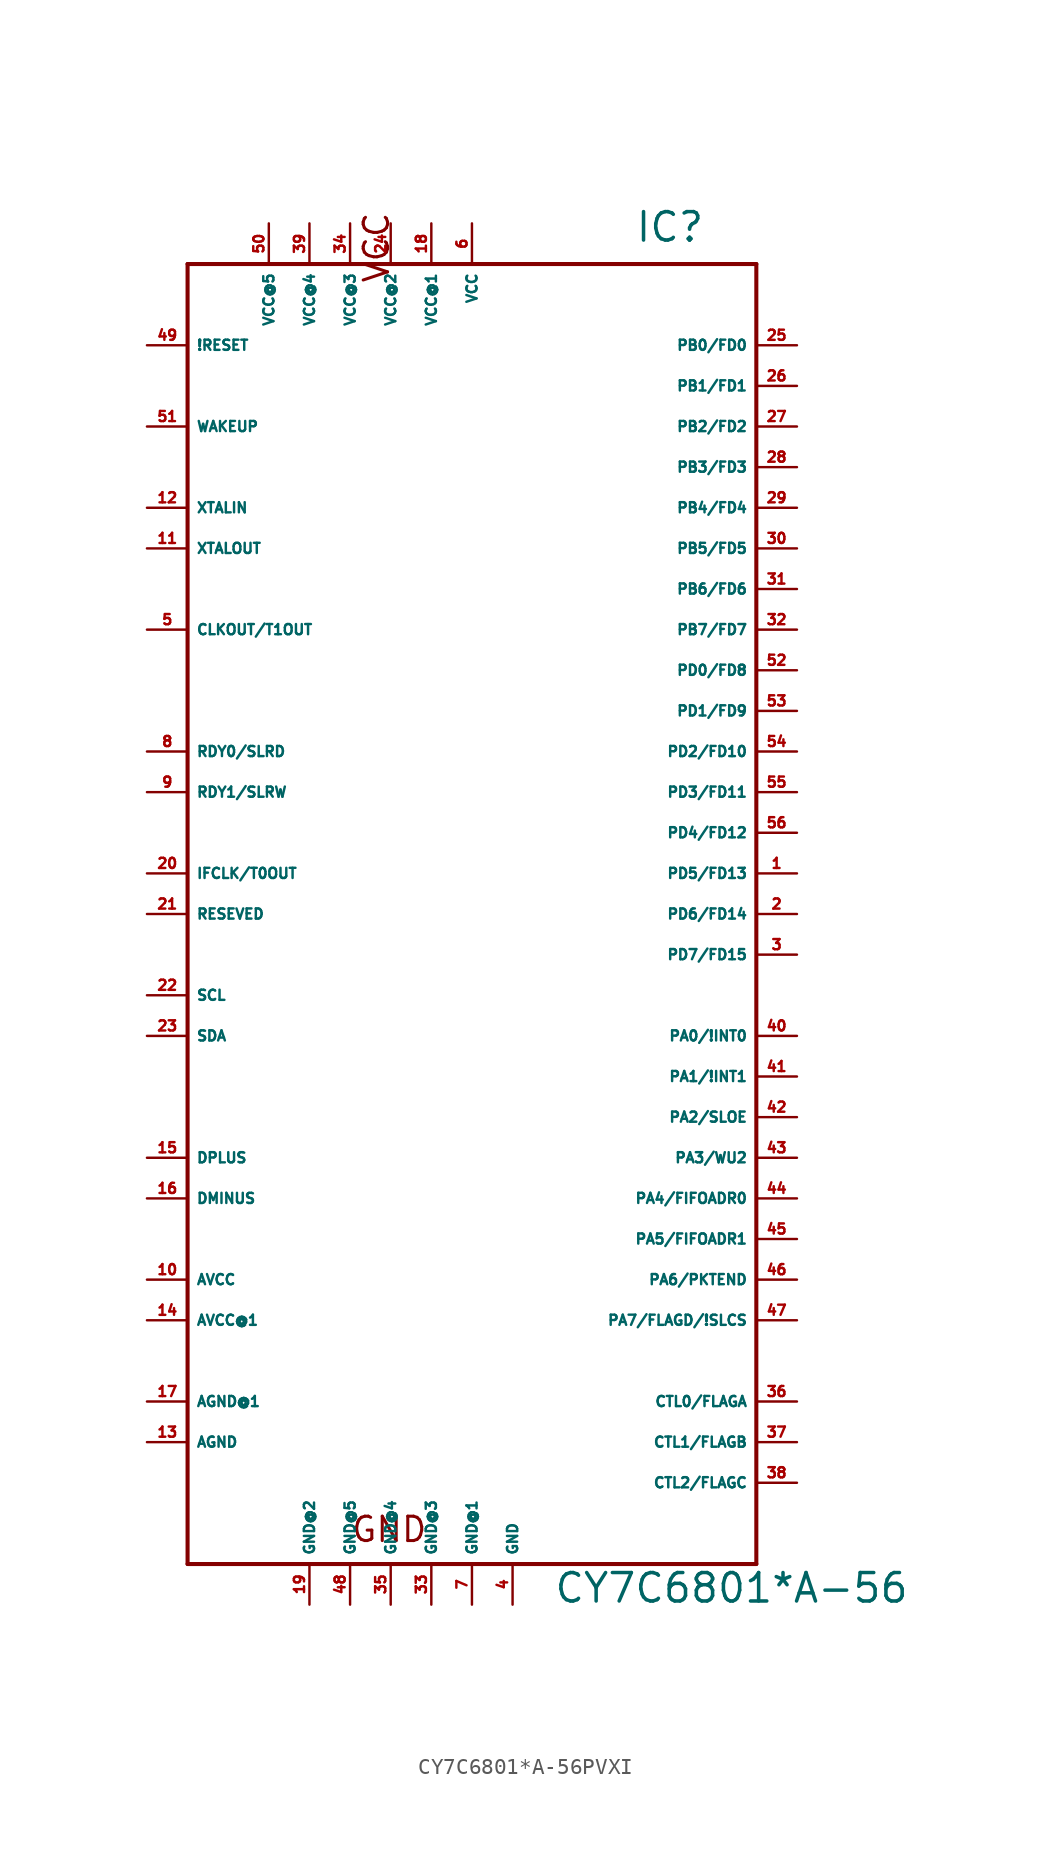
<source format=kicad_sym>
(kicad_symbol_lib
  (version 20220914)
  (generator Eagle2Kicad)
  (symbol "CY7C6801*A-56PVXI"
    (property "Reference" "IC"
      (at 10.16 39.37 0)
      (effects (font (size 1.778 1.778) (thickness 0.22)) (justify left bottom)))
    (property "Value" "CY7C6801*A-56"
      (at 5.08 -45.72 0)
      (effects (font (size 1.778 1.778) (thickness 0.22)) (justify left bottom)))
    (polyline
      (pts (xy -17.78 38.1) (xy 17.78 38.1))
      (stroke (width 0.254) (type default))
      (fill (type none)))
    (polyline
      (pts (xy 17.78 38.1) (xy 17.78 -43.18))
      (stroke (width 0.254) (type default))
      (fill (type none)))
    (polyline
      (pts (xy 17.78 -43.18) (xy -17.78 -43.18))
      (stroke (width 0.254) (type default))
      (fill (type none)))
    (polyline
      (pts (xy -17.78 -43.18) (xy -17.78 38.1))
      (stroke (width 0.254) (type default))
      (fill (type none)))
    (text "GND"
      (at -7.62 -41.91 0)
      (effects (font (size 1.524 1.524) (thickness 0.19)) (justify left bottom)))
    (text "VCC"
      (at -5.08 36.83 1800)
      (effects (font (size 1.524 1.524) (thickness 0.19)) (justify left bottom)))
    (pin input line
      (at -20.32 15.24 0)
      (length 2.54)
      (name "CLKOUT/T1OUT" (effects (font (size 0.635 0.635) (thickness 0.08)) (justify left bottom)))
      (number "5" (effects (font (size 0.635 0.635) (thickness 0.08)) (justify left bottom))))
    (pin input line
      (at 0 40.64 270)
      (length 2.54)
      (name "VCC" (effects (font (size 0.635 0.635) (thickness 0.08)) (justify left bottom)))
      (number "6" (effects (font (size 0.635 0.635) (thickness 0.08)) (justify left bottom))))
    (pin input line
      (at 2.54 -45.72 90)
      (length 2.54)
      (name "GND" (effects (font (size 0.635 0.635) (thickness 0.08)) (justify left bottom)))
      (number "4" (effects (font (size 0.635 0.635) (thickness 0.08)) (justify left bottom))))
    (pin input line
      (at -20.32 7.62 0)
      (length 2.54)
      (name "RDY0/SLRD" (effects (font (size 0.635 0.635) (thickness 0.08)) (justify left bottom)))
      (number "8" (effects (font (size 0.635 0.635) (thickness 0.08)) (justify left bottom))))
    (pin input line
      (at -20.32 5.08 0)
      (length 2.54)
      (name "RDY1/SLRW" (effects (font (size 0.635 0.635) (thickness 0.08)) (justify left bottom)))
      (number "9" (effects (font (size 0.635 0.635) (thickness 0.08)) (justify left bottom))))
    (pin input line
      (at -20.32 -25.4 0)
      (length 2.54)
      (name "AVCC" (effects (font (size 0.635 0.635) (thickness 0.08)) (justify left bottom)))
      (number "10" (effects (font (size 0.635 0.635) (thickness 0.08)) (justify left bottom))))
    (pin input line
      (at -20.32 20.32 0)
      (length 2.54)
      (name "XTALOUT" (effects (font (size 0.635 0.635) (thickness 0.08)) (justify left bottom)))
      (number "11" (effects (font (size 0.635 0.635) (thickness 0.08)) (justify left bottom))))
    (pin input line
      (at -20.32 22.86 0)
      (length 2.54)
      (name "XTALIN" (effects (font (size 0.635 0.635) (thickness 0.08)) (justify left bottom)))
      (number "12" (effects (font (size 0.635 0.635) (thickness 0.08)) (justify left bottom))))
    (pin input line
      (at -20.32 -35.56 0)
      (length 2.54)
      (name "AGND" (effects (font (size 0.635 0.635) (thickness 0.08)) (justify left bottom)))
      (number "13" (effects (font (size 0.635 0.635) (thickness 0.08)) (justify left bottom))))
    (pin input line
      (at -20.32 -27.94 0)
      (length 2.54)
      (name "AVCC@1" (effects (font (size 0.635 0.635) (thickness 0.08)) (justify left bottom)))
      (number "14" (effects (font (size 0.635 0.635) (thickness 0.08)) (justify left bottom))))
    (pin bidirectional line
      (at -20.32 -17.78 0)
      (length 2.54)
      (name "DPLUS" (effects (font (size 0.635 0.635) (thickness 0.08)) (justify left bottom)))
      (number "15" (effects (font (size 0.635 0.635) (thickness 0.08)) (justify left bottom))))
    (pin bidirectional line
      (at -20.32 -20.32 0)
      (length 2.54)
      (name "DMINUS" (effects (font (size 0.635 0.635) (thickness 0.08)) (justify left bottom)))
      (number "16" (effects (font (size 0.635 0.635) (thickness 0.08)) (justify left bottom))))
    (pin input line
      (at -20.32 -33.02 0)
      (length 2.54)
      (name "AGND@1" (effects (font (size 0.635 0.635) (thickness 0.08)) (justify left bottom)))
      (number "17" (effects (font (size 0.635 0.635) (thickness 0.08)) (justify left bottom))))
    (pin input line
      (at -2.54 40.64 270)
      (length 2.54)
      (name "VCC@1" (effects (font (size 0.635 0.635) (thickness 0.08)) (justify left bottom)))
      (number "18" (effects (font (size 0.635 0.635) (thickness 0.08)) (justify left bottom))))
    (pin input line
      (at 0 -45.72 90)
      (length 2.54)
      (name "GND@1" (effects (font (size 0.635 0.635) (thickness 0.08)) (justify left bottom)))
      (number "7" (effects (font (size 0.635 0.635) (thickness 0.08)) (justify left bottom))))
    (pin bidirectional line
      (at -20.32 0 0)
      (length 2.54)
      (name "IFCLK/T0OUT" (effects (font (size 0.635 0.635) (thickness 0.08)) (justify left bottom)))
      (number "20" (effects (font (size 0.635 0.635) (thickness 0.08)) (justify left bottom))))
    (pin input line
      (at -20.32 -2.54 0)
      (length 2.54)
      (name "RESEVED" (effects (font (size 0.635 0.635) (thickness 0.08)) (justify left bottom)))
      (number "21" (effects (font (size 0.635 0.635) (thickness 0.08)) (justify left bottom))))
    (pin output line
      (at -20.32 -7.62 0)
      (length 2.54)
      (name "SCL" (effects (font (size 0.635 0.635) (thickness 0.08)) (justify left bottom)))
      (number "22" (effects (font (size 0.635 0.635) (thickness 0.08)) (justify left bottom))))
    (pin bidirectional line
      (at -20.32 -10.16 0)
      (length 2.54)
      (name "SDA" (effects (font (size 0.635 0.635) (thickness 0.08)) (justify left bottom)))
      (number "23" (effects (font (size 0.635 0.635) (thickness 0.08)) (justify left bottom))))
    (pin input line
      (at -5.08 40.64 270)
      (length 2.54)
      (name "VCC@2" (effects (font (size 0.635 0.635) (thickness 0.08)) (justify left bottom)))
      (number "24" (effects (font (size 0.635 0.635) (thickness 0.08)) (justify left bottom))))
    (pin bidirectional line
      (at 20.32 33.02 180)
      (length 2.54)
      (name "PB0/FD0" (effects (font (size 0.635 0.635) (thickness 0.08)) (justify left bottom)))
      (number "25" (effects (font (size 0.635 0.635) (thickness 0.08)) (justify left bottom))))
    (pin bidirectional line
      (at 20.32 30.48 180)
      (length 2.54)
      (name "PB1/FD1" (effects (font (size 0.635 0.635) (thickness 0.08)) (justify left bottom)))
      (number "26" (effects (font (size 0.635 0.635) (thickness 0.08)) (justify left bottom))))
    (pin bidirectional line
      (at 20.32 27.94 180)
      (length 2.54)
      (name "PB2/FD2" (effects (font (size 0.635 0.635) (thickness 0.08)) (justify left bottom)))
      (number "27" (effects (font (size 0.635 0.635) (thickness 0.08)) (justify left bottom))))
    (pin bidirectional line
      (at 20.32 25.4 180)
      (length 2.54)
      (name "PB3/FD3" (effects (font (size 0.635 0.635) (thickness 0.08)) (justify left bottom)))
      (number "28" (effects (font (size 0.635 0.635) (thickness 0.08)) (justify left bottom))))
    (pin input line
      (at -7.62 40.64 270)
      (length 2.54)
      (name "VCC@3" (effects (font (size 0.635 0.635) (thickness 0.08)) (justify left bottom)))
      (number "34" (effects (font (size 0.635 0.635) (thickness 0.08)) (justify left bottom))))
    (pin input line
      (at -2.54 -45.72 90)
      (length 2.54)
      (name "GND@3" (effects (font (size 0.635 0.635) (thickness 0.08)) (justify left bottom)))
      (number "33" (effects (font (size 0.635 0.635) (thickness 0.08)) (justify left bottom))))
    (pin bidirectional line
      (at 20.32 22.86 180)
      (length 2.54)
      (name "PB4/FD4" (effects (font (size 0.635 0.635) (thickness 0.08)) (justify left bottom)))
      (number "29" (effects (font (size 0.635 0.635) (thickness 0.08)) (justify left bottom))))
    (pin bidirectional line
      (at 20.32 20.32 180)
      (length 2.54)
      (name "PB5/FD5" (effects (font (size 0.635 0.635) (thickness 0.08)) (justify left bottom)))
      (number "30" (effects (font (size 0.635 0.635) (thickness 0.08)) (justify left bottom))))
    (pin bidirectional line
      (at 20.32 17.78 180)
      (length 2.54)
      (name "PB6/FD6" (effects (font (size 0.635 0.635) (thickness 0.08)) (justify left bottom)))
      (number "31" (effects (font (size 0.635 0.635) (thickness 0.08)) (justify left bottom))))
    (pin bidirectional line
      (at 20.32 15.24 180)
      (length 2.54)
      (name "PB7/FD7" (effects (font (size 0.635 0.635) (thickness 0.08)) (justify left bottom)))
      (number "32" (effects (font (size 0.635 0.635) (thickness 0.08)) (justify left bottom))))
    (pin input line
      (at -5.08 -45.72 90)
      (length 2.54)
      (name "GND@4" (effects (font (size 0.635 0.635) (thickness 0.08)) (justify left bottom)))
      (number "35" (effects (font (size 0.635 0.635) (thickness 0.08)) (justify left bottom))))
    (pin input line
      (at -10.16 40.64 270)
      (length 2.54)
      (name "VCC@4" (effects (font (size 0.635 0.635) (thickness 0.08)) (justify left bottom)))
      (number "39" (effects (font (size 0.635 0.635) (thickness 0.08)) (justify left bottom))))
    (pin input line
      (at -7.62 -45.72 90)
      (length 2.54)
      (name "GND@5" (effects (font (size 0.635 0.635) (thickness 0.08)) (justify left bottom)))
      (number "48" (effects (font (size 0.635 0.635) (thickness 0.08)) (justify left bottom))))
    (pin input line
      (at -12.7 40.64 270)
      (length 2.54)
      (name "VCC@5" (effects (font (size 0.635 0.635) (thickness 0.08)) (justify left bottom)))
      (number "50" (effects (font (size 0.635 0.635) (thickness 0.08)) (justify left bottom))))
    (pin output line
      (at 20.32 -33.02 180)
      (length 2.54)
      (name "CTL0/FLAGA" (effects (font (size 0.635 0.635) (thickness 0.08)) (justify left bottom)))
      (number "36" (effects (font (size 0.635 0.635) (thickness 0.08)) (justify left bottom))))
    (pin output line
      (at 20.32 -35.56 180)
      (length 2.54)
      (name "CTL1/FLAGB" (effects (font (size 0.635 0.635) (thickness 0.08)) (justify left bottom)))
      (number "37" (effects (font (size 0.635 0.635) (thickness 0.08)) (justify left bottom))))
    (pin output line
      (at 20.32 -38.1 180)
      (length 2.54)
      (name "CTL2/FLAGC" (effects (font (size 0.635 0.635) (thickness 0.08)) (justify left bottom)))
      (number "38" (effects (font (size 0.635 0.635) (thickness 0.08)) (justify left bottom))))
    (pin bidirectional line
      (at 20.32 -10.16 180)
      (length 2.54)
      (name "PA0/!INT0" (effects (font (size 0.635 0.635) (thickness 0.08)) (justify left bottom)))
      (number "40" (effects (font (size 0.635 0.635) (thickness 0.08)) (justify left bottom))))
    (pin bidirectional line
      (at 20.32 -12.7 180)
      (length 2.54)
      (name "PA1/!INT1" (effects (font (size 0.635 0.635) (thickness 0.08)) (justify left bottom)))
      (number "41" (effects (font (size 0.635 0.635) (thickness 0.08)) (justify left bottom))))
    (pin bidirectional line
      (at 20.32 -15.24 180)
      (length 2.54)
      (name "PA2/SLOE" (effects (font (size 0.635 0.635) (thickness 0.08)) (justify left bottom)))
      (number "42" (effects (font (size 0.635 0.635) (thickness 0.08)) (justify left bottom))))
    (pin bidirectional line
      (at 20.32 -17.78 180)
      (length 2.54)
      (name "PA3/WU2" (effects (font (size 0.635 0.635) (thickness 0.08)) (justify left bottom)))
      (number "43" (effects (font (size 0.635 0.635) (thickness 0.08)) (justify left bottom))))
    (pin bidirectional line
      (at 20.32 -20.32 180)
      (length 2.54)
      (name "PA4/FIFOADR0" (effects (font (size 0.635 0.635) (thickness 0.08)) (justify left bottom)))
      (number "44" (effects (font (size 0.635 0.635) (thickness 0.08)) (justify left bottom))))
    (pin bidirectional line
      (at 20.32 -22.86 180)
      (length 2.54)
      (name "PA5/FIFOADR1" (effects (font (size 0.635 0.635) (thickness 0.08)) (justify left bottom)))
      (number "45" (effects (font (size 0.635 0.635) (thickness 0.08)) (justify left bottom))))
    (pin bidirectional line
      (at 20.32 -25.4 180)
      (length 2.54)
      (name "PA6/PKTEND" (effects (font (size 0.635 0.635) (thickness 0.08)) (justify left bottom)))
      (number "46" (effects (font (size 0.635 0.635) (thickness 0.08)) (justify left bottom))))
    (pin bidirectional line
      (at 20.32 -27.94 180)
      (length 2.54)
      (name "PA7/FLAGD/!SLCS" (effects (font (size 0.635 0.635) (thickness 0.08)) (justify left bottom)))
      (number "47" (effects (font (size 0.635 0.635) (thickness 0.08)) (justify left bottom))))
    (pin bidirectional line
      (at 20.32 12.7 180)
      (length 2.54)
      (name "PD0/FD8" (effects (font (size 0.635 0.635) (thickness 0.08)) (justify left bottom)))
      (number "52" (effects (font (size 0.635 0.635) (thickness 0.08)) (justify left bottom))))
    (pin bidirectional line
      (at 20.32 10.16 180)
      (length 2.54)
      (name "PD1/FD9" (effects (font (size 0.635 0.635) (thickness 0.08)) (justify left bottom)))
      (number "53" (effects (font (size 0.635 0.635) (thickness 0.08)) (justify left bottom))))
    (pin bidirectional line
      (at 20.32 7.62 180)
      (length 2.54)
      (name "PD2/FD10" (effects (font (size 0.635 0.635) (thickness 0.08)) (justify left bottom)))
      (number "54" (effects (font (size 0.635 0.635) (thickness 0.08)) (justify left bottom))))
    (pin bidirectional line
      (at 20.32 5.08 180)
      (length 2.54)
      (name "PD3/FD11" (effects (font (size 0.635 0.635) (thickness 0.08)) (justify left bottom)))
      (number "55" (effects (font (size 0.635 0.635) (thickness 0.08)) (justify left bottom))))
    (pin bidirectional line
      (at 20.32 2.54 180)
      (length 2.54)
      (name "PD4/FD12" (effects (font (size 0.635 0.635) (thickness 0.08)) (justify left bottom)))
      (number "56" (effects (font (size 0.635 0.635) (thickness 0.08)) (justify left bottom))))
    (pin bidirectional line
      (at 20.32 0 180)
      (length 2.54)
      (name "PD5/FD13" (effects (font (size 0.635 0.635) (thickness 0.08)) (justify left bottom)))
      (number "1" (effects (font (size 0.635 0.635) (thickness 0.08)) (justify left bottom))))
    (pin bidirectional line
      (at 20.32 -2.54 180)
      (length 2.54)
      (name "PD6/FD14" (effects (font (size 0.635 0.635) (thickness 0.08)) (justify left bottom)))
      (number "2" (effects (font (size 0.635 0.635) (thickness 0.08)) (justify left bottom))))
    (pin bidirectional line
      (at 20.32 -5.08 180)
      (length 2.54)
      (name "PD7/FD15" (effects (font (size 0.635 0.635) (thickness 0.08)) (justify left bottom)))
      (number "3" (effects (font (size 0.635 0.635) (thickness 0.08)) (justify left bottom))))
    (pin input line
      (at -20.32 27.94 0)
      (length 2.54)
      (name "WAKEUP" (effects (font (size 0.635 0.635) (thickness 0.08)) (justify left bottom)))
      (number "51" (effects (font (size 0.635 0.635) (thickness 0.08)) (justify left bottom))))
    (pin input line
      (at -10.16 -45.72 90)
      (length 2.54)
      (name "GND@2" (effects (font (size 0.635 0.635) (thickness 0.08)) (justify left bottom)))
      (number "19" (effects (font (size 0.635 0.635) (thickness 0.08)) (justify left bottom))))
    (pin input line
      (at -20.32 33.02 0)
      (length 2.54)
      (name "!RESET" (effects (font (size 0.635 0.635) (thickness 0.08)) (justify left bottom)))
      (number "49" (effects (font (size 0.635 0.635) (thickness 0.08)) (justify left bottom))))))
</source>
